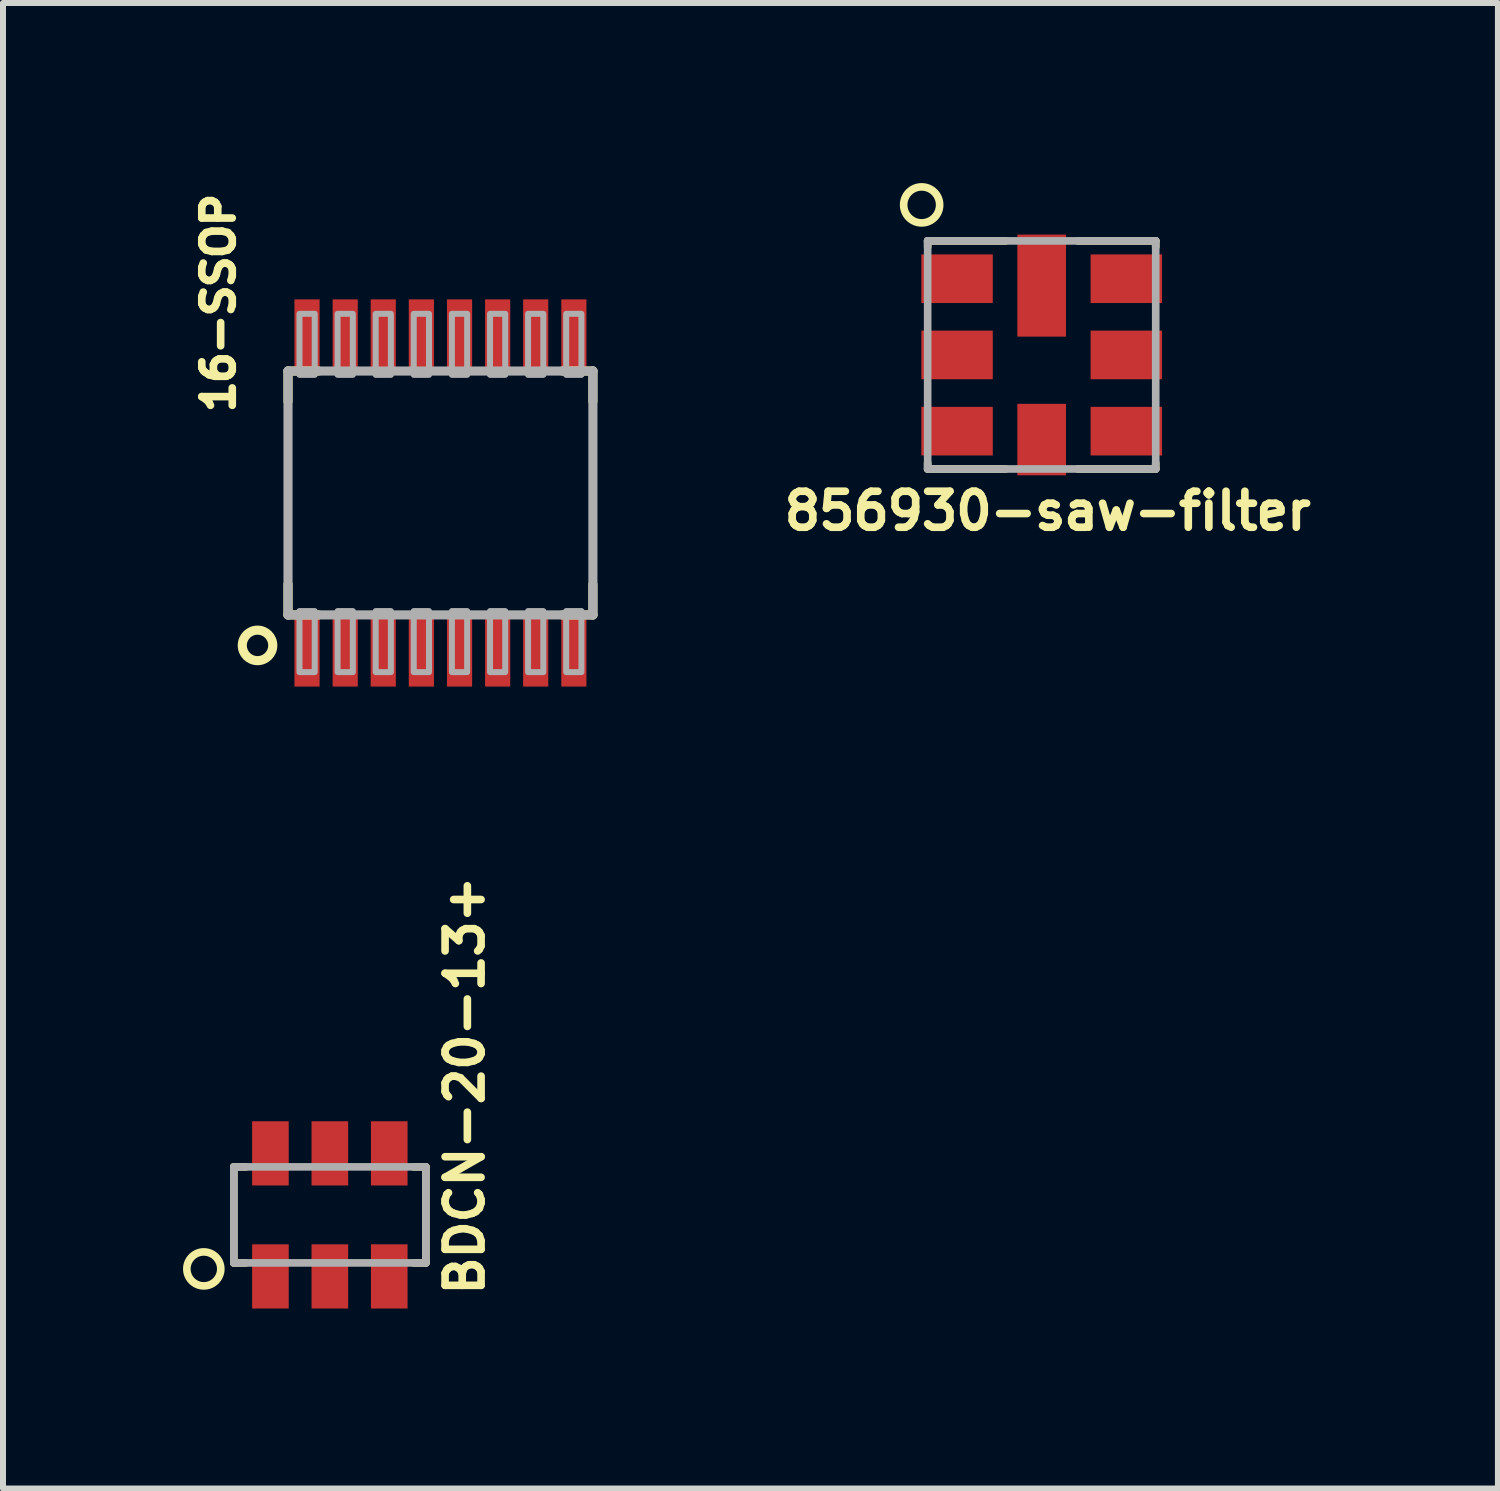
<source format=kicad_pcb>
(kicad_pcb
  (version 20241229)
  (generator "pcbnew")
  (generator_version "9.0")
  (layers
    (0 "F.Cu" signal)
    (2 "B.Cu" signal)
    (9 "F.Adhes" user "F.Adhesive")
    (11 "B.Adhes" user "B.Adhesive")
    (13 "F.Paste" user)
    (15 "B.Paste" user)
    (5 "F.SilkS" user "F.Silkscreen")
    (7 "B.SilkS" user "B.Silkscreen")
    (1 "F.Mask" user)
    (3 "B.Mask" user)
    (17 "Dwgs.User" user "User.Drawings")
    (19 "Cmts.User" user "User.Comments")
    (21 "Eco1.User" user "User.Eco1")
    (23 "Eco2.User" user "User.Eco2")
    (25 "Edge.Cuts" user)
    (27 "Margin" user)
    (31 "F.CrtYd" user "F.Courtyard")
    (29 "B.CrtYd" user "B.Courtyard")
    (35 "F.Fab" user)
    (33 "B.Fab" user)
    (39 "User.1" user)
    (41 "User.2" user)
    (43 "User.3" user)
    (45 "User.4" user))
  (footprint "16-SSOP"
    (layer "F.Cu")
    (at 4.289 5.164)
    (property "Reference" "16-SSOP" (at -3.4 -1.28 270) (layer "F.SilkS") (effects (font (size 0.508 0.508) (thickness 0.127) (bold yes)) (justify left bottom)))
    (fp_line (start -2.54 -2.032) (end -2.54 -1.524) (stroke (width 0.152) (type solid)) (layer "F.SilkS"))
    (fp_line (start -2.54 2.032) (end -2.54 1.524) (stroke (width 0.152) (type solid)) (layer "F.SilkS"))
    (fp_line (start -2.032 -2.032) (end -2.54 -2.032) (stroke (width 0.152) (type solid)) (layer "F.SilkS"))
    (fp_line (start -2.032 2.032) (end -2.54 2.032) (stroke (width 0.152) (type solid)) (layer "F.SilkS"))
    (fp_line (start 2.032 -2.032) (end 2.54 -2.032) (stroke (width 0.152) (type solid)) (layer "F.SilkS"))
    (fp_line (start 2.54 -2.032) (end 2.54 -1.524) (stroke (width 0.152) (type solid)) (layer "F.SilkS"))
    (fp_line (start 2.54 1.524) (end 2.54 2.032) (stroke (width 0.152) (type solid)) (layer "F.SilkS"))
    (fp_line (start 2.54 2.032) (end 2.032 2.032) (stroke (width 0.152) (type solid)) (layer "F.SilkS"))
    (fp_circle (center -3.048 2.54) (end -2.794 2.54) (stroke (width 0.152) (type solid)) (fill no) (layer "F.SilkS"))
    (fp_line (start -2.54 -2.032) (end 2.54 -2.032) (stroke (width 0.152) (type solid)) (layer "F.Fab"))
    (fp_line (start -2.54 2.032) (end -2.54 -2.032) (stroke (width 0.152) (type solid)) (layer "F.Fab"))
    (fp_line (start 2.54 -2.032) (end 2.54 2.032) (stroke (width 0.152) (type solid)) (layer "F.Fab"))
    (fp_line (start 2.54 2.032) (end -2.54 2.032) (stroke (width 0.152) (type solid)) (layer "F.Fab"))
    (fp_poly (pts (xy -2.349 2.985) (xy -2.095 2.985) (xy -2.095 1.968) (xy -2.349 1.968)) (stroke (width 0.1) (type solid)) (fill no) (layer "F.Fab"))
    (fp_poly (pts (xy -2.095 -2.985) (xy -2.349 -2.985) (xy -2.349 -1.968) (xy -2.095 -1.968)) (stroke (width 0.1) (type solid)) (fill no) (layer "F.Fab"))
    (fp_poly (pts (xy -1.714 2.985) (xy -1.46 2.985) (xy -1.46 1.968) (xy -1.714 1.968)) (stroke (width 0.1) (type solid)) (fill no) (layer "F.Fab"))
    (fp_poly (pts (xy -1.46 -2.985) (xy -1.714 -2.985) (xy -1.714 -1.968) (xy -1.46 -1.968)) (stroke (width 0.1) (type solid)) (fill no) (layer "F.Fab"))
    (fp_poly (pts (xy -1.079 2.985) (xy -0.826 2.985) (xy -0.826 1.968) (xy -1.079 1.968)) (stroke (width 0.1) (type solid)) (fill no) (layer "F.Fab"))
    (fp_poly (pts (xy -0.826 -2.985) (xy -1.079 -2.985) (xy -1.079 -1.968) (xy -0.826 -1.968)) (stroke (width 0.1) (type solid)) (fill no) (layer "F.Fab"))
    (fp_poly (pts (xy -0.445 2.985) (xy -0.191 2.985) (xy -0.191 1.968) (xy -0.445 1.968)) (stroke (width 0.1) (type solid)) (fill no) (layer "F.Fab"))
    (fp_poly (pts (xy -0.191 -2.985) (xy -0.445 -2.985) (xy -0.445 -1.968) (xy -0.191 -1.968)) (stroke (width 0.1) (type solid)) (fill no) (layer "F.Fab"))
    (fp_poly (pts (xy 0.191 2.985) (xy 0.445 2.985) (xy 0.445 1.968) (xy 0.191 1.968)) (stroke (width 0.1) (type solid)) (fill no) (layer "F.Fab"))
    (fp_poly (pts (xy 0.445 -2.985) (xy 0.191 -2.985) (xy 0.191 -1.968) (xy 0.445 -1.968)) (stroke (width 0.1) (type solid)) (fill no) (layer "F.Fab"))
    (fp_poly (pts (xy 0.826 2.985) (xy 1.079 2.985) (xy 1.079 1.968) (xy 0.826 1.968)) (stroke (width 0.1) (type solid)) (fill no) (layer "F.Fab"))
    (fp_poly (pts (xy 1.079 -2.985) (xy 0.826 -2.985) (xy 0.826 -1.968) (xy 1.079 -1.968)) (stroke (width 0.1) (type solid)) (fill no) (layer "F.Fab"))
    (fp_poly (pts (xy 1.46 2.985) (xy 1.714 2.985) (xy 1.714 1.968) (xy 1.46 1.968)) (stroke (width 0.1) (type solid)) (fill no) (layer "F.Fab"))
    (fp_poly (pts (xy 1.714 -2.985) (xy 1.46 -2.985) (xy 1.46 -1.968) (xy 1.714 -1.968)) (stroke (width 0.1) (type solid)) (fill no) (layer "F.Fab"))
    (fp_poly (pts (xy 2.095 2.985) (xy 2.349 2.985) (xy 2.349 1.968) (xy 2.095 1.968)) (stroke (width 0.1) (type solid)) (fill no) (layer "F.Fab"))
    (fp_poly (pts (xy 2.349 -2.985) (xy 2.095 -2.985) (xy 2.095 -1.968) (xy 2.349 -1.968)) (stroke (width 0.1) (type solid)) (fill no) (layer "F.Fab"))
    (pad "1" smd rect (at -2.223 2.654 90) (size 1.143 0.419) (layers "F.Cu" "F.Mask" "F.Paste"))
    (pad "2" smd rect (at -1.587 2.654 90) (size 1.143 0.419) (layers "F.Cu" "F.Mask" "F.Paste"))
    (pad "3" smd rect (at -0.953 2.654 90) (size 1.143 0.419) (layers "F.Cu" "F.Mask" "F.Paste"))
    (pad "4" smd rect (at -0.318 2.654 90) (size 1.143 0.419) (layers "F.Cu" "F.Mask" "F.Paste"))
    (pad "5" smd rect (at 0.318 2.654 90) (size 1.143 0.419) (layers "F.Cu" "F.Mask" "F.Paste"))
    (pad "6" smd rect (at 0.953 2.654 90) (size 1.143 0.419) (layers "F.Cu" "F.Mask" "F.Paste"))
    (pad "7" smd rect (at 1.587 2.654 90) (size 1.143 0.419) (layers "F.Cu" "F.Mask" "F.Paste"))
    (pad "8" smd rect (at 2.223 2.654 90) (size 1.143 0.419) (layers "F.Cu" "F.Mask" "F.Paste"))
    (pad "9" smd rect (at 2.223 -2.654 90) (size 1.143 0.419) (layers "F.Cu" "F.Mask" "F.Paste"))
    (pad "10" smd rect (at 1.587 -2.654 90) (size 1.143 0.419) (layers "F.Cu" "F.Mask" "F.Paste"))
    (pad "11" smd rect (at 0.953 -2.654 90) (size 1.143 0.419) (layers "F.Cu" "F.Mask" "F.Paste"))
    (pad "12" smd rect (at 0.318 -2.654 90) (size 1.143 0.419) (layers "F.Cu" "F.Mask" "F.Paste"))
    (pad "13" smd rect (at -0.318 -2.654 90) (size 1.143 0.419) (layers "F.Cu" "F.Mask" "F.Paste"))
    (pad "14" smd rect (at -0.953 -2.654 90) (size 1.143 0.419) (layers "F.Cu" "F.Mask" "F.Paste"))
    (pad "15" smd rect (at -1.587 -2.654 90) (size 1.143 0.419) (layers "F.Cu" "F.Mask" "F.Paste"))
    (pad "16" smd rect (at -2.223 -2.654 90) (size 1.143 0.419) (layers "F.Cu" "F.Mask" "F.Paste")))
  (footprint "BDCN-20-13+"
    (layer "F.Cu")
    (at 2.446 17.193)
    (property "Reference" "BDCN-20-13+" (at 2.6 1.4 90) (layer "F.SilkS") (effects (font (size 0.6 0.6) (thickness 0.127) (bold yes)) (justify left bottom)))
    (fp_line (start -1.6 -0.8) (end -1.6 0.8) (stroke (width 0.127) (type solid)) (layer "F.SilkS"))
    (fp_line (start -1.6 0.8) (end -1.4 0.8) (stroke (width 0.127) (type solid)) (layer "F.SilkS"))
    (fp_line (start -1.4 -0.8) (end -1.6 -0.8) (stroke (width 0.127) (type solid)) (layer "F.SilkS"))
    (fp_line (start 1.4 -0.8) (end 1.6 -0.8) (stroke (width 0.127) (type solid)) (layer "F.SilkS"))
    (fp_line (start 1.6 -0.8) (end 1.6 0.8) (stroke (width 0.127) (type solid)) (layer "F.SilkS"))
    (fp_line (start 1.6 0.8) (end 1.4 0.8) (stroke (width 0.127) (type solid)) (layer "F.SilkS"))
    (fp_circle (center -2.1 0.9) (end -1.817 0.9) (stroke (width 0.127) (type solid)) (fill no) (layer "F.SilkS"))
    (fp_poly (pts (xy -1.25 1.15) (xy -0.75 1.15) (xy -0.75 0.55) (xy -1.25 0.55)) (stroke (width 0) (type default)) (fill yes) (layer "F.Paste"))
    (fp_poly (pts (xy -0.75 -1.15) (xy -1.25 -1.15) (xy -1.25 -0.55) (xy -0.75 -0.55)) (stroke (width 0) (type default)) (fill yes) (layer "F.Paste"))
    (fp_poly (pts (xy -0.25 1.15) (xy 0.25 1.15) (xy 0.25 0.55) (xy -0.25 0.55)) (stroke (width 0) (type default)) (fill yes) (layer "F.Paste"))
    (fp_poly (pts (xy 0.25 -1.15) (xy -0.25 -1.15) (xy -0.25 -0.55) (xy 0.25 -0.55)) (stroke (width 0) (type default)) (fill yes) (layer "F.Paste"))
    (fp_poly (pts (xy 0.75 1.15) (xy 1.25 1.15) (xy 1.25 0.55) (xy 0.75 0.55)) (stroke (width 0) (type default)) (fill yes) (layer "F.Paste"))
    (fp_poly (pts (xy 1.25 -1.15) (xy 0.75 -1.15) (xy 0.75 -0.55) (xy 1.25 -0.55)) (stroke (width 0) (type default)) (fill yes) (layer "F.Paste"))
    (fp_line (start -1.6 -0.8) (end -1.6 0.8) (stroke (width 0.127) (type solid)) (layer "F.Fab"))
    (fp_line (start -1.6 0.8) (end 1.6 0.8) (stroke (width 0.127) (type solid)) (layer "F.Fab"))
    (fp_line (start 1.6 -0.8) (end -1.6 -0.8) (stroke (width 0.127) (type solid)) (layer "F.Fab"))
    (fp_line (start 1.6 0.8) (end 1.6 -0.8) (stroke (width 0.127) (type solid)) (layer "F.Fab"))
    (pad "1" smd rect (at -0.99 1.025) (size 0.61 1.07) (layers "F.Cu" "F.Mask" "F.Paste"))
    (pad "2" smd rect (at 0 1.025) (size 0.61 1.07) (layers "F.Cu" "F.Mask" "F.Paste"))
    (pad "3" smd rect (at 0.99 1.025) (size 0.61 1.07) (layers "F.Cu" "F.Mask" "F.Paste"))
    (pad "4" smd rect (at 0.99 -1.025) (size 0.61 1.07) (layers "F.Cu" "F.Mask" "F.Paste"))
    (pad "5" smd rect (at 0 -1.025) (size 0.61 1.07) (layers "F.Cu" "F.Mask" "F.Paste"))
    (pad "6" smd rect (at -0.99 -1.025) (size 0.61 1.07) (layers "F.Cu" "F.Mask" "F.Paste")))
  (footprint "856930-saw-filter"
    (layer "F.Cu")
    (at 14.307 2.864)
    (property "Reference" "856930-saw-filter" (at 0.1 2.6 0) (layer "F.SilkS") (effects (font (size 0.6 0.6) (thickness 0.127) (bold yes))))
    (fp_line (start -1.9 -1.9) (end -1.9 -1.8) (stroke (width 0.127) (type solid)) (layer "F.SilkS"))
    (fp_line (start -1.9 1.9) (end -1.9 1.8) (stroke (width 0.127) (type solid)) (layer "F.SilkS"))
    (fp_line (start -0.6 -1.9) (end -1.9 -1.9) (stroke (width 0.127) (type solid)) (layer "F.SilkS"))
    (fp_line (start -0.6 1.9) (end -1.9 1.9) (stroke (width 0.127) (type solid)) (layer "F.SilkS"))
    (fp_line (start 0.6 -1.9) (end 1.9 -1.9) (stroke (width 0.127) (type solid)) (layer "F.SilkS"))
    (fp_line (start 0.6 1.9) (end 1.9 1.9) (stroke (width 0.127) (type solid)) (layer "F.SilkS"))
    (fp_line (start 1.9 -1.9) (end 1.9 -1.8) (stroke (width 0.127) (type solid)) (layer "F.SilkS"))
    (fp_line (start 1.9 1.9) (end 1.9 1.8) (stroke (width 0.127) (type solid)) (layer "F.SilkS"))
    (fp_circle (center -2 -2.5) (end -1.7 -2.5) (stroke (width 0.127) (type solid)) (fill no) (layer "F.SilkS"))
    (fp_poly (pts (xy -1.9 -1) (xy -0.9 -1) (xy -0.9 -1.5) (xy -1.9 -1.5)) (stroke (width 0) (type default)) (fill yes) (layer "F.Paste"))
    (fp_poly (pts (xy -1.9 0.25) (xy -0.9 0.25) (xy -0.9 -0.25) (xy -1.9 -0.25)) (stroke (width 0) (type default)) (fill yes) (layer "F.Paste"))
    (fp_poly (pts (xy -1.9 1.5) (xy -0.9 1.5) (xy -0.9 1) (xy -1.9 1)) (stroke (width 0) (type default)) (fill yes) (layer "F.Paste"))
    (fp_poly (pts (xy -0.25 -0.4) (xy 0.25 -0.4) (xy 0.25 -1.9) (xy -0.25 -1.9)) (stroke (width 0) (type default)) (fill yes) (layer "F.Paste"))
    (fp_poly (pts (xy 0.25 1.9) (xy 0.25 0.9) (xy -0.25 0.9) (xy -0.25 1.9)) (stroke (width 0) (type default)) (fill yes) (layer "F.Paste"))
    (fp_poly (pts (xy 1.9 -1.5) (xy 0.9 -1.5) (xy 0.9 -1) (xy 1.9 -1)) (stroke (width 0) (type default)) (fill yes) (layer "F.Paste"))
    (fp_poly (pts (xy 1.9 -0.25) (xy 0.9 -0.25) (xy 0.9 0.25) (xy 1.9 0.25)) (stroke (width 0) (type default)) (fill yes) (layer "F.Paste"))
    (fp_poly (pts (xy 1.9 1) (xy 0.9 1) (xy 0.9 1.5) (xy 1.9 1.5)) (stroke (width 0) (type default)) (fill yes) (layer "F.Paste"))
    (fp_line (start -1.9 -1.9) (end -1.9 1.9) (stroke (width 0.127) (type solid)) (layer "F.Fab"))
    (fp_line (start -1.9 1.9) (end 1.9 1.9) (stroke (width 0.127) (type solid)) (layer "F.Fab"))
    (fp_line (start 1.9 -1.9) (end -1.9 -1.9) (stroke (width 0.127) (type solid)) (layer "F.Fab"))
    (fp_line (start 1.9 1.9) (end 1.9 -1.9) (stroke (width 0.127) (type solid)) (layer "F.Fab"))
    (pad "1" smd rect (at -1.41 -1.27) (size 1.19 0.81) (layers "F.Cu" "F.Mask"))
    (pad "2" smd rect (at -1.41 0) (size 1.19 0.81) (layers "F.Cu" "F.Mask"))
    (pad "3" smd rect (at -1.41 1.27) (size 1.19 0.81) (layers "F.Cu" "F.Mask"))
    (pad "4" smd rect (at 0 1.41 90) (size 1.19 0.81) (layers "F.Cu" "F.Mask"))
    (pad "5" smd rect (at 1.41 1.27 180) (size 1.19 0.81) (layers "F.Cu" "F.Mask"))
    (pad "6" smd rect (at 1.41 0 180) (size 1.19 0.81) (layers "F.Cu" "F.Mask"))
    (pad "7" smd rect (at 1.41 -1.27 180) (size 1.19 0.81) (layers "F.Cu" "F.Mask"))
    (pad "8" smd rect (at 0 -1.155 270) (size 1.7 0.81) (layers "F.Cu" "F.Mask")))
  (gr_rect
    (start -3 -3)
    (end 21.909 21.753)
    (stroke (width 0.1) (type default))
    (fill no)
    (layer "Edge.Cuts")))
</source>
